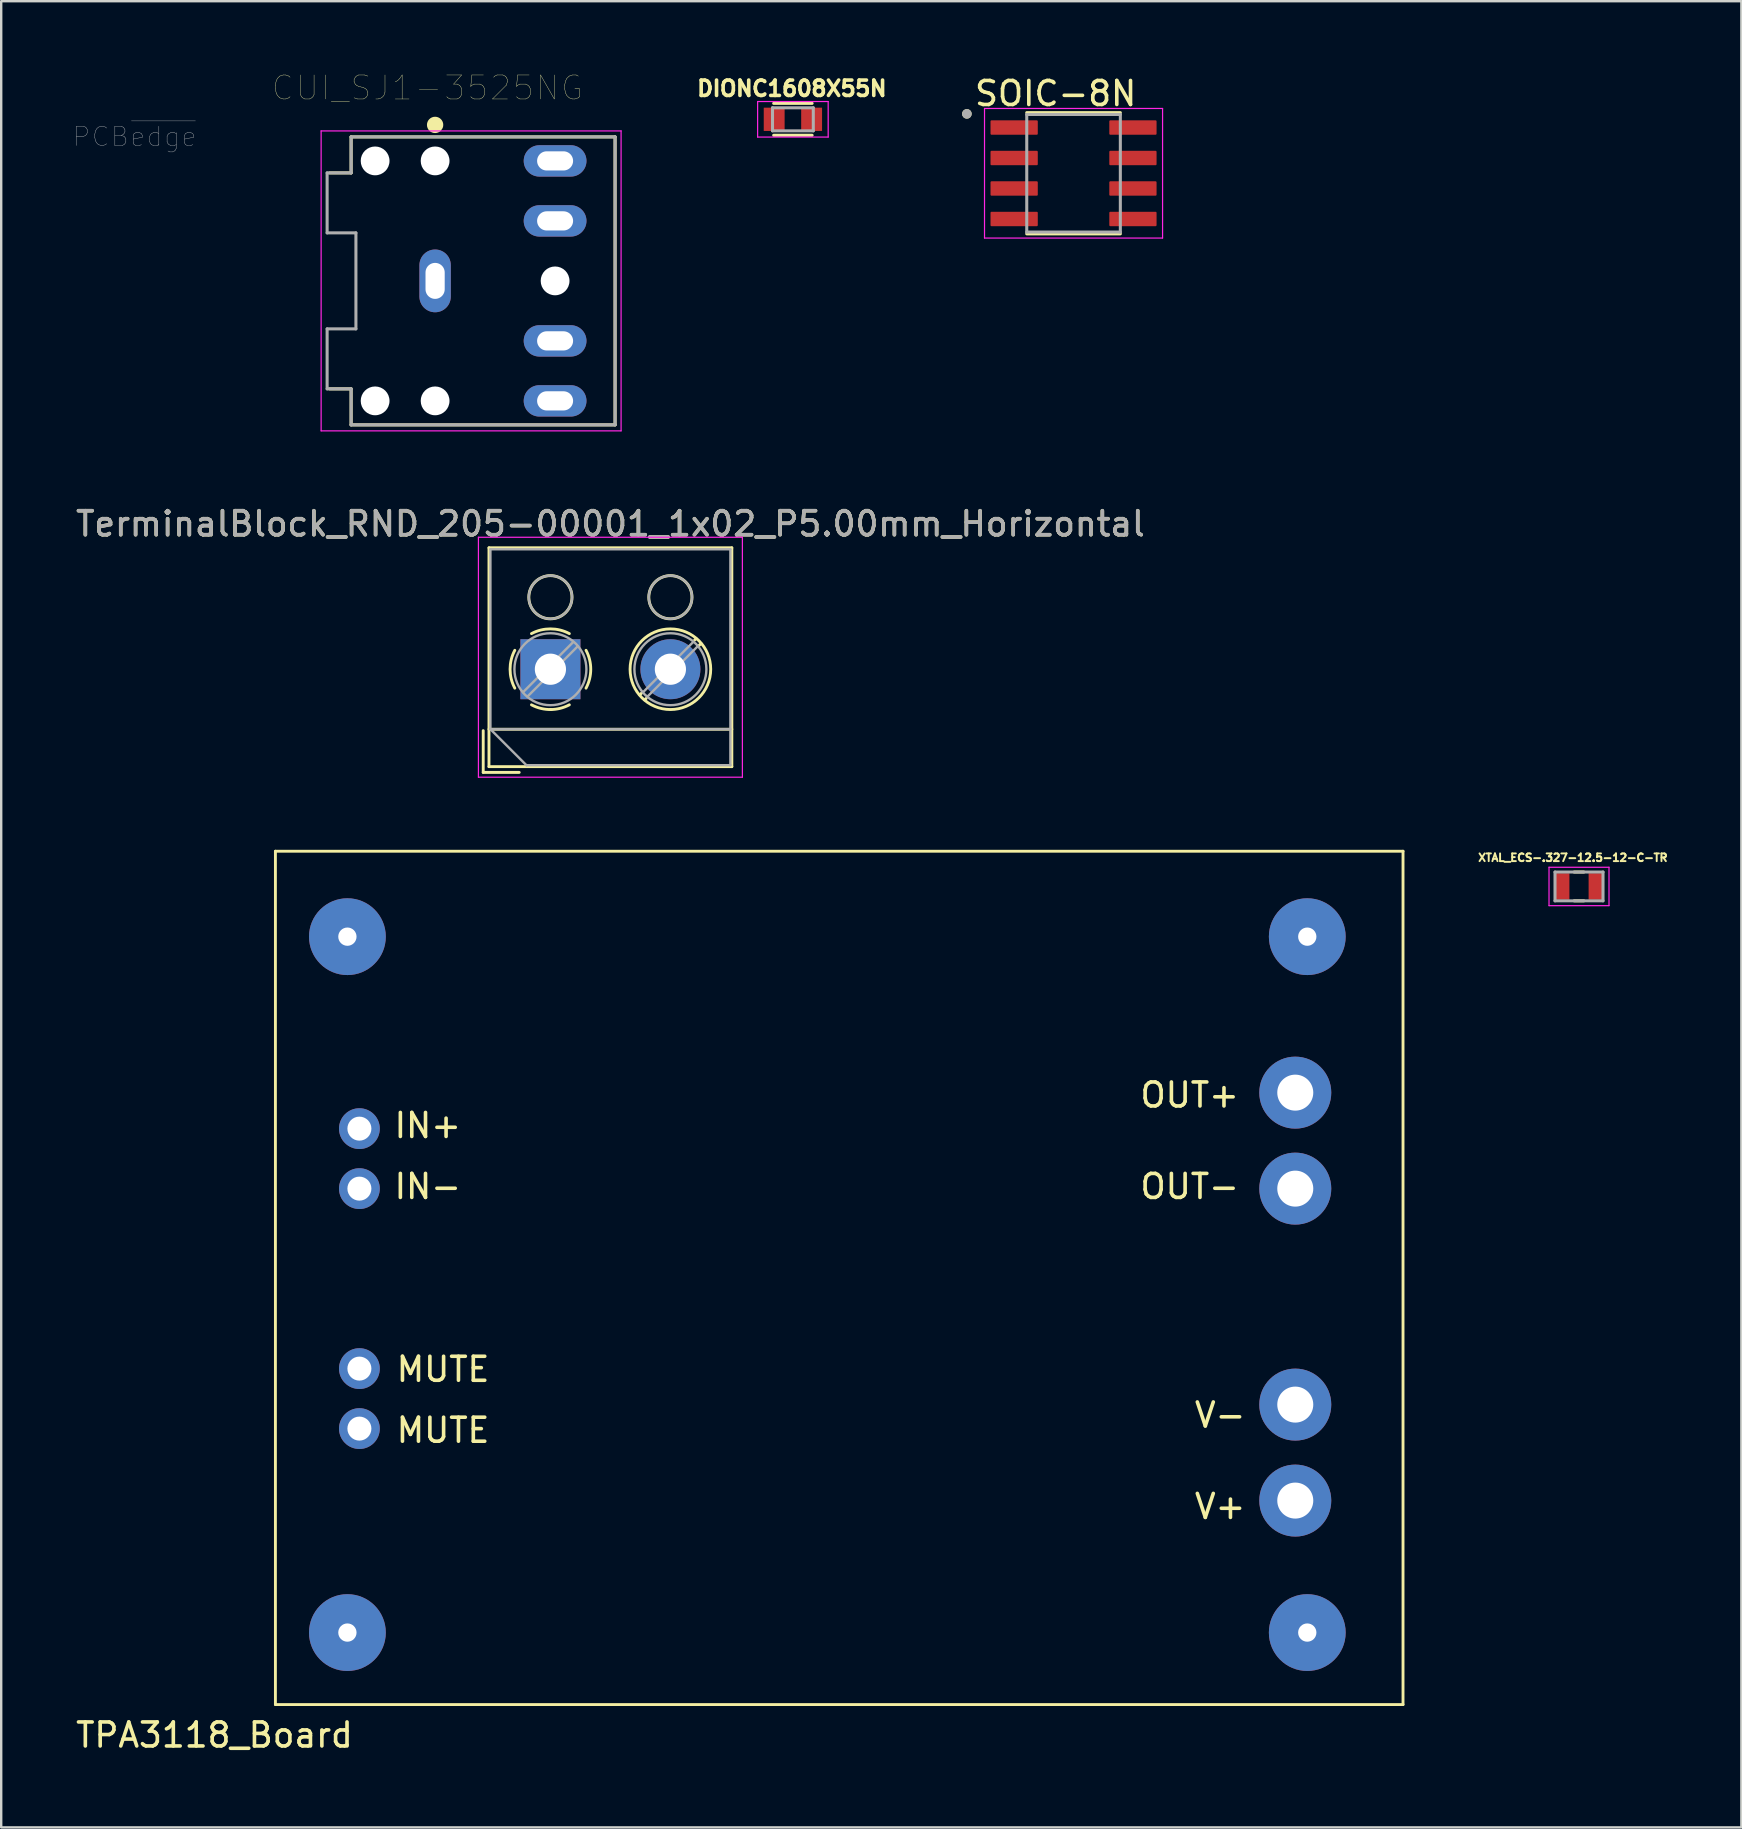
<source format=kicad_pcb>
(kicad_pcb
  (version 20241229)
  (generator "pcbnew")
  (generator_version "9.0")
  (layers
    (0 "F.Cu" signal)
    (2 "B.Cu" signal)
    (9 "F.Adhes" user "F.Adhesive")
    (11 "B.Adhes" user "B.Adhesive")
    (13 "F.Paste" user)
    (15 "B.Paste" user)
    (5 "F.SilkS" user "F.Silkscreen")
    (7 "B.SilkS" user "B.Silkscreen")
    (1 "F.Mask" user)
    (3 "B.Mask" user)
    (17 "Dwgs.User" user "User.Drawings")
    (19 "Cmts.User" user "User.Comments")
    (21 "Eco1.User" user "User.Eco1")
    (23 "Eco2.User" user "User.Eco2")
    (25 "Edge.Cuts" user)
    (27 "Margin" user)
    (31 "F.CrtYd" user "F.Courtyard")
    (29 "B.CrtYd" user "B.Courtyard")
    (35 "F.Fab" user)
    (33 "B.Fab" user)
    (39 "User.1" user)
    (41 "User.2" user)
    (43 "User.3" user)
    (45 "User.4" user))
  (footprint "DIONC1608X55N"
    (layer "F.Cu")
    (at 29.992 1.922)
    (property "Reference" "DIONC1608X55N" (at -0.043 -1.284 0) (layer "F.SilkS") (effects (font (size 0.64 0.64) (thickness 0.15))))
    (attr through_hole)
    (fp_line (start 0.8 -0.665) (end -0.8 -0.665) (stroke (width 0.127) (type solid)) (layer "F.SilkS"))
    (fp_line (start 0.8 0.665) (end -0.8 0.665) (stroke (width 0.127) (type solid)) (layer "F.SilkS"))
    (fp_line (start -1.47 -0.74) (end -1.47 0.74) (stroke (width 0.05) (type solid)) (layer "F.CrtYd"))
    (fp_line (start -1.47 0.74) (end 1.47 0.74) (stroke (width 0.05) (type solid)) (layer "F.CrtYd"))
    (fp_line (start 1.47 -0.74) (end -1.47 -0.74) (stroke (width 0.05) (type solid)) (layer "F.CrtYd"))
    (fp_line (start 1.47 0.74) (end 1.47 -0.74) (stroke (width 0.05) (type solid)) (layer "F.CrtYd"))
    (fp_line (start -0.85 -0.48) (end 0.85 -0.48) (stroke (width 0.127) (type solid)) (layer "F.Fab"))
    (fp_line (start -0.85 0.48) (end -0.85 -0.48) (stroke (width 0.127) (type solid)) (layer "F.Fab"))
    (fp_line (start 0.85 -0.48) (end 0.85 0.48) (stroke (width 0.127) (type solid)) (layer "F.Fab"))
    (fp_line (start 0.85 0.48) (end -0.85 0.48) (stroke (width 0.127) (type solid)) (layer "F.Fab"))
    (pad "1" smd rect (at -0.78 0) (size 0.87 0.97) (layers "F.Cu" "F.Mask" "F.Paste"))
    (pad "2" smd rect (at 0.78 0) (size 0.87 0.97) (layers "F.Cu" "F.Mask" "F.Paste")))
  (footprint "TerminalBlock_RND_205-00001_1x02_P5.00mm_Horizontal"
    (layer "F.Cu")
    (at 19.887 24.838)
    (property "Reference" "TerminalBlock_RND_205-00001_1x02_P5.00mm_Horizontal" (at 2.5 -6.06 0) (layer "F.SilkS") (effects (font (size 1 1) (thickness 0.15))))
    (attr through_hole)
    (fp_line (start -2.8 2.56) (end -2.8 4.3) (stroke (width 0.12) (type solid)) (layer "F.SilkS"))
    (fp_line (start -2.8 4.3) (end -1.3 4.3) (stroke (width 0.12) (type solid)) (layer "F.SilkS"))
    (fp_line (start -2.56 -5.06) (end -2.56 4.06) (stroke (width 0.12) (type solid)) (layer "F.SilkS"))
    (fp_line (start -2.56 -5.06) (end 7.56 -5.06) (stroke (width 0.12) (type solid)) (layer "F.SilkS"))
    (fp_line (start -2.56 2.5) (end 7.56 2.5) (stroke (width 0.12) (type solid)) (layer "F.SilkS"))
    (fp_line (start -2.56 4.06) (end 7.56 4.06) (stroke (width 0.12) (type solid)) (layer "F.SilkS"))
    (fp_line (start 3.82 0.976) (end 3.726 1.069) (stroke (width 0.12) (type solid)) (layer "F.SilkS"))
    (fp_line (start 3.99 1.216) (end 3.931 1.274) (stroke (width 0.12) (type solid)) (layer "F.SilkS"))
    (fp_line (start 6.07 -1.275) (end 6.011 -1.216) (stroke (width 0.12) (type solid)) (layer "F.SilkS"))
    (fp_line (start 6.275 -1.069) (end 6.181 -0.976) (stroke (width 0.12) (type solid)) (layer "F.SilkS"))
    (fp_line (start 7.56 -5.06) (end 7.56 4.06) (stroke (width 0.12) (type solid)) (layer "F.SilkS"))
    (fp_arc (start -1.483953 0.789089) (mid -1.680708 0.00005) (end -1.484 -0.789) (stroke (width 0.12) (type solid)) (layer "F.SilkS"))
    (fp_arc (start -0.789089 -1.483953) (mid -0.00005 -1.680708) (end 0.789 -1.484) (stroke (width 0.12) (type solid)) (layer "F.SilkS"))
    (fp_arc (start 0.029383 1.68045) (mid -0.392304 1.634281) (end -0.789 1.484) (stroke (width 0.12) (type solid)) (layer "F.SilkS"))
    (fp_arc (start 0.788712 1.483352) (mid 0.406429 1.630097) (end 0 1.68) (stroke (width 0.12) (type solid)) (layer "F.SilkS"))
    (fp_arc (start 1.483953 -0.789089) (mid 1.680708 -0.00005) (end 1.484 0.789) (stroke (width 0.12) (type solid)) (layer "F.SilkS"))
    (fp_circle (center 0 -3) (end 0.9 -3) (stroke (width 0.12) (type solid)) (fill no) (layer "F.SilkS"))
    (fp_circle (center 5 -3) (end 5.9 -3) (stroke (width 0.12) (type solid)) (fill no) (layer "F.SilkS"))
    (fp_circle (center 5 0) (end 6.68 0) (stroke (width 0.12) (type solid)) (fill no) (layer "F.SilkS"))
    (fp_line (start -3 -5.5) (end -3 4.5) (stroke (width 0.05) (type solid)) (layer "F.CrtYd"))
    (fp_line (start -3 4.5) (end 8 4.5) (stroke (width 0.05) (type solid)) (layer "F.CrtYd"))
    (fp_line (start 8 -5.5) (end -3 -5.5) (stroke (width 0.05) (type solid)) (layer "F.CrtYd"))
    (fp_line (start 8 4.5) (end 8 -5.5) (stroke (width 0.05) (type solid)) (layer "F.CrtYd"))
    (fp_line (start -2.5 -5) (end 7.5 -5) (stroke (width 0.1) (type solid)) (layer "F.Fab"))
    (fp_line (start -2.5 2.5) (end -2.5 -5) (stroke (width 0.1) (type solid)) (layer "F.Fab"))
    (fp_line (start -2.5 2.5) (end 7.5 2.5) (stroke (width 0.1) (type solid)) (layer "F.Fab"))
    (fp_line (start -1 4) (end -2.5 2.5) (stroke (width 0.1) (type solid)) (layer "F.Fab"))
    (fp_line (start 0.955 -1.138) (end -1.138 0.955) (stroke (width 0.1) (type solid)) (layer "F.Fab"))
    (fp_line (start 1.138 -0.955) (end -0.955 1.138) (stroke (width 0.1) (type solid)) (layer "F.Fab"))
    (fp_line (start 5.955 -1.138) (end 3.863 0.955) (stroke (width 0.1) (type solid)) (layer "F.Fab"))
    (fp_line (start 6.138 -0.955) (end 4.046 1.138) (stroke (width 0.1) (type solid)) (layer "F.Fab"))
    (fp_line (start 7.5 -5) (end 7.5 4) (stroke (width 0.1) (type solid)) (layer "F.Fab"))
    (fp_line (start 7.5 4) (end -1 4) (stroke (width 0.1) (type solid)) (layer "F.Fab"))
    (fp_circle (center 0 -3) (end 0.9 -3) (stroke (width 0.1) (type solid)) (fill no) (layer "F.Fab"))
    (fp_circle (center 0 0) (end 1.5 0) (stroke (width 0.1) (type solid)) (fill no) (layer "F.Fab"))
    (fp_circle (center 5 -3) (end 5.9 -3) (stroke (width 0.1) (type solid)) (fill no) (layer "F.Fab"))
    (fp_circle (center 5 0) (end 6.5 0) (stroke (width 0.1) (type solid)) (fill no) (layer "F.Fab"))
    (fp_text user "${REFERENCE}" (at 2.5 -6.06 0) (layer "F.Fab") (effects (font (size 1 1) (thickness 0.15))))
    (pad "1" thru_hole rect (at 0 0) (size 2.5 2.5) (drill 1.3) (layers "*.Cu" "*.Mask"))
    (pad "2" thru_hole circle (at 5 0) (size 2.5 2.5) (drill 1.3) (layers "*.Cu" "*.Mask")))
  (footprint "TPA3118_Board"
    (layer "F.Cu")
    (at 8.427 67.983)
    (property "Reference" "TPA3118_Board" (at -2.54 1.27 0) (layer "F.SilkS") (effects (font (size 1 1) (thickness 0.15))))
    (attr through_hole)
    (fp_line (start 0 -35.56) (end 46.99 -35.56) (stroke (width 0.12) (type solid)) (layer "F.SilkS"))
    (fp_line (start 0 0) (end 0 -35.56) (stroke (width 0.12) (type solid)) (layer "F.SilkS"))
    (fp_line (start 46.99 -35.56) (end 46.99 0) (stroke (width 0.12) (type solid)) (layer "F.SilkS"))
    (fp_line (start 46.99 0) (end 0 0) (stroke (width 0.12) (type solid)) (layer "F.SilkS"))
    (fp_text user "V-" (at 39.37 -12.065 0) (layer "F.SilkS") (effects (font (size 1 1) (thickness 0.15))))
    (fp_text user "MUTE" (at 6.985 -11.43 0) (layer "F.SilkS") (effects (font (size 1 1) (thickness 0.15))))
    (fp_text user "V+" (at 39.37 -8.255 0) (layer "F.SilkS") (effects (font (size 1 1) (thickness 0.15))))
    (fp_text user "MUTE" (at 6.985 -13.97 0) (layer "F.SilkS") (effects (font (size 1 1) (thickness 0.15))))
    (fp_text user "IN+" (at 6.35 -24.13 0) (layer "F.SilkS") (effects (font (size 1 1) (thickness 0.15))))
    (fp_text user "OUT+" (at 38.1 -25.4 0) (layer "F.SilkS") (effects (font (size 1 1) (thickness 0.15))))
    (fp_text user "IN-" (at 6.35 -21.59 0) (layer "F.SilkS") (effects (font (size 1 1) (thickness 0.15))))
    (fp_text user "OUT-" (at 38.1 -21.59 0) (layer "F.SilkS") (effects (font (size 1 1) (thickness 0.15))))
    (pad "" np_thru_hole circle (at 3 -32) (size 3.2 3.2) (drill 0.762) (layers "*.Cu" "*.Mask"))
    (pad "" np_thru_hole circle (at 3 -3) (size 3.2 3.2) (drill 0.762) (layers "*.Cu" "*.Mask"))
    (pad "" np_thru_hole circle (at 43 -32) (size 3.2 3.2) (drill 0.762) (layers "*.Cu" "*.Mask"))
    (pad "" np_thru_hole circle (at 43 -3) (size 3.2 3.2) (drill 0.762) (layers "*.Cu" "*.Mask"))
    (pad "1" thru_hole oval (at 3.5 -24) (size 1.7 1.7) (drill 1) (layers "*.Cu" "*.Mask"))
    (pad "2" thru_hole oval (at 3.5 -21.5) (size 1.7 1.7) (drill 1) (layers "*.Cu" "*.Mask"))
    (pad "3" thru_hole oval (at 3.5 -14) (size 1.7 1.7) (drill 1) (layers "*.Cu" "*.Mask"))
    (pad "4" thru_hole oval (at 3.5 -11.5) (size 1.7 1.7) (drill 1) (layers "*.Cu" "*.Mask"))
    (pad "5" thru_hole circle (at 42.5 -8.5) (size 3 3) (drill 1.5) (layers "*.Cu" "*.Mask"))
    (pad "6" thru_hole circle (at 42.5 -12.5) (size 3 3) (drill 1.5) (layers "*.Cu" "*.Mask"))
    (pad "7" thru_hole circle (at 42.5 -25.5) (size 3 3) (drill 1.5) (layers "*.Cu" "*.Mask"))
    (pad "8" thru_hole circle (at 42.5 -21.5) (size 3 3) (drill 1.5) (layers "*.Cu" "*.Mask")))
  (footprint "CUI_SJ1-3525NG"
    (layer "F.Cu")
    (at 15.082 8.655)
    (property "Reference" "CUI_SJ1-3525NG" (at -0.325 -8.043 0) (layer "F.SilkS") (effects (font (size 1.001 1.001) (thickness 0.015))))
    (attr through_hole)
    (fp_line (start -4.4 4.5) (end -3.5 4.5) (stroke (width 0.127) (type solid)) (layer "F.SilkS"))
    (fp_line (start -3.5 -6) (end -3.5 -4.5) (stroke (width 0.127) (type solid)) (layer "F.SilkS"))
    (fp_line (start -3.5 -4.5) (end -4.4 -4.5) (stroke (width 0.127) (type solid)) (layer "F.SilkS"))
    (fp_line (start -3.5 4.5) (end -3.5 6) (stroke (width 0.127) (type solid)) (layer "F.SilkS"))
    (fp_line (start 7.5 -6) (end -3.5 -6) (stroke (width 0.127) (type solid)) (layer "F.SilkS"))
    (fp_line (start 7.5 -6) (end 7.5 6) (stroke (width 0.127) (type solid)) (layer "F.SilkS"))
    (fp_line (start 7.5 6) (end -3.5 6) (stroke (width 0.127) (type solid)) (layer "F.SilkS"))
    (fp_circle (center 0 -6.5) (end 0.17 -6.5) (stroke (width 0.34) (type solid)) (fill no) (layer "F.SilkS"))
    (fp_line (start -4.5 -6) (end -4.5 -2) (stroke (width 0.0001) (type solid)) (layer "Edge.Cuts"))
    (fp_line (start -4.5 -2) (end -3.3 -2) (stroke (width 0.0001) (type solid)) (layer "Edge.Cuts"))
    (fp_line (start -4.5 2) (end -4.5 6) (stroke (width 0.0001) (type solid)) (layer "Edge.Cuts"))
    (fp_line (start -3.3 -2) (end -3.3 2) (stroke (width 0.0001) (type solid)) (layer "Edge.Cuts"))
    (fp_line (start -3.3 2) (end -4.5 2) (stroke (width 0.0001) (type solid)) (layer "Edge.Cuts"))
    (fp_line (start -4.75 -6.25) (end 7.75 -6.25) (stroke (width 0.05) (type solid)) (layer "F.CrtYd"))
    (fp_line (start -4.75 6.25) (end -4.75 -6.25) (stroke (width 0.05) (type solid)) (layer "F.CrtYd"))
    (fp_line (start 7.75 -6.25) (end 7.75 6.25) (stroke (width 0.05) (type solid)) (layer "F.CrtYd"))
    (fp_line (start 7.75 6.25) (end -4.75 6.25) (stroke (width 0.05) (type solid)) (layer "F.CrtYd"))
    (fp_line (start -4.5 -4.5) (end -4.5 -2) (stroke (width 0.127) (type solid)) (layer "F.Fab"))
    (fp_line (start -4.5 -2) (end -3.3 -2) (stroke (width 0.127) (type solid)) (layer "F.Fab"))
    (fp_line (start -4.5 2) (end -4.5 4.5) (stroke (width 0.127) (type solid)) (layer "F.Fab"))
    (fp_line (start -4.5 4.5) (end -3.5 4.5) (stroke (width 0.127) (type solid)) (layer "F.Fab"))
    (fp_line (start -3.5 -6) (end -3.5 -4.5) (stroke (width 0.127) (type solid)) (layer "F.Fab"))
    (fp_line (start -3.5 -4.5) (end -4.5 -4.5) (stroke (width 0.127) (type solid)) (layer "F.Fab"))
    (fp_line (start -3.5 4.5) (end -3.5 6) (stroke (width 0.127) (type solid)) (layer "F.Fab"))
    (fp_line (start -3.3 -2) (end -3.3 2) (stroke (width 0.127) (type solid)) (layer "F.Fab"))
    (fp_line (start -3.3 2) (end -4.5 2) (stroke (width 0.127) (type solid)) (layer "F.Fab"))
    (fp_line (start 7.5 -6) (end -3.5 -6) (stroke (width 0.127) (type solid)) (layer "F.Fab"))
    (fp_line (start 7.5 -6) (end 7.5 6) (stroke (width 0.127) (type solid)) (layer "F.Fab"))
    (fp_line (start 7.5 6) (end -3.5 6) (stroke (width 0.127) (type solid)) (layer "F.Fab"))
    (fp_text user "PCB~{edge}" (at -12.525 -6.012 0) (layer "Dwgs.User") (effects (font (size 0.802 0.802) (thickness 0.015))))
    (pad "" np_thru_hole circle (at -2.5 -5) (size 1.2 1.2) (drill 1.2) (layers "*.Cu" "*.Mask"))
    (pad "" np_thru_hole circle (at -2.5 5) (size 1.2 1.2) (drill 1.2) (layers "*.Cu" "*.Mask"))
    (pad "" np_thru_hole circle (at 0 -5) (size 1.2 1.2) (drill 1.2) (layers "*.Cu" "*.Mask"))
    (pad "" np_thru_hole circle (at 0 5) (size 1.2 1.2) (drill 1.2) (layers "*.Cu" "*.Mask"))
    (pad "" np_thru_hole circle (at 5 0) (size 1.2 1.2) (drill 1.2) (layers "*.Cu" "*.Mask"))
    (pad "1" thru_hole oval (at 0 0) (size 1.308 2.616) (drill oval 0.8 1.5) (layers "*.Cu" "*.Mask"))
    (pad "2" thru_hole oval (at 5 5) (size 2.616 1.308) (drill oval 1.5 0.8) (layers "*.Cu" "*.Mask"))
    (pad "3" thru_hole oval (at 5 -5) (size 2.616 1.308) (drill oval 1.5 0.8) (layers "*.Cu" "*.Mask"))
    (pad "4" thru_hole oval (at 5 2.5) (size 2.616 1.308) (drill oval 1.5 0.8) (layers "*.Cu" "*.Mask"))
    (pad "5" thru_hole oval (at 5 -2.5) (size 2.616 1.308) (drill oval 1.5 0.8) (layers "*.Cu" "*.Mask")))
  (footprint "XTAL_ECS-.327-12.5-12-C-TR"
    (layer "F.Cu")
    (at 62.751 33.89)
    (property "Reference" "XTAL_ECS-.327-12.5-12-C-TR" (at -0.255 -1.199 0) (layer "F.SilkS") (effects (font (size 0.321 0.321) (thickness 0.15))))
    (attr through_hole)
    (fp_line (start -0.2 -0.6) (end 0.2 -0.6) (stroke (width 0.127) (type solid)) (layer "F.SilkS"))
    (fp_line (start -0.2 0.6) (end 0.2 0.6) (stroke (width 0.127) (type solid)) (layer "F.SilkS"))
    (fp_line (start -1.25 -0.8) (end -1.25 0.8) (stroke (width 0.05) (type solid)) (layer "F.CrtYd"))
    (fp_line (start -1.25 0.8) (end 1.25 0.8) (stroke (width 0.05) (type solid)) (layer "F.CrtYd"))
    (fp_line (start 1.25 -0.8) (end -1.25 -0.8) (stroke (width 0.05) (type solid)) (layer "F.CrtYd"))
    (fp_line (start 1.25 0.8) (end 1.25 -0.8) (stroke (width 0.05) (type solid)) (layer "F.CrtYd"))
    (fp_line (start -1 -0.6) (end -1 0.6) (stroke (width 0.127) (type solid)) (layer "F.Fab"))
    (fp_line (start -1 0.6) (end 1 0.6) (stroke (width 0.127) (type solid)) (layer "F.Fab"))
    (fp_line (start 1 -0.6) (end -1 -0.6) (stroke (width 0.127) (type solid)) (layer "F.Fab"))
    (fp_line (start 1 0.6) (end 1 -0.6) (stroke (width 0.127) (type solid)) (layer "F.Fab"))
    (pad "1" smd rect (at -0.7 0) (size 0.6 1.1) (layers "F.Cu" "F.Mask" "F.Paste"))
    (pad "2" smd rect (at 0.7 0) (size 0.6 1.1) (layers "F.Cu" "F.Mask" "F.Paste")))
  (footprint "SOIC-8N"
    (layer "F.Cu")
    (at 41.687 4.17)
    (property "Reference" "SOIC-8N" (at -0.745 -3.322 0) (layer "F.SilkS") (effects (font (size 1 1) (thickness 0.15))))
    (attr through_hole)
    (fp_line (start -1.95 -2.525) (end 1.95 -2.525) (stroke (width 0.127) (type solid)) (layer "F.SilkS"))
    (fp_line (start -1.95 2.525) (end 1.95 2.525) (stroke (width 0.127) (type solid)) (layer "F.SilkS"))
    (fp_circle (center -4.445 -2.475) (end -4.345 -2.475) (stroke (width 0.2) (type solid)) (fill no) (layer "F.SilkS"))
    (fp_line (start -3.71 -2.7) (end -3.71 2.7) (stroke (width 0.05) (type solid)) (layer "F.CrtYd"))
    (fp_line (start -3.71 -2.7) (end 3.71 -2.7) (stroke (width 0.05) (type solid)) (layer "F.CrtYd"))
    (fp_line (start -3.71 2.7) (end 3.71 2.7) (stroke (width 0.05) (type solid)) (layer "F.CrtYd"))
    (fp_line (start 3.71 -2.7) (end 3.71 2.7) (stroke (width 0.05) (type solid)) (layer "F.CrtYd"))
    (fp_line (start -1.95 -2.45) (end -1.95 2.45) (stroke (width 0.127) (type solid)) (layer "F.Fab"))
    (fp_line (start -1.95 -2.45) (end 1.95 -2.45) (stroke (width 0.127) (type solid)) (layer "F.Fab"))
    (fp_line (start -1.95 2.45) (end 1.95 2.45) (stroke (width 0.127) (type solid)) (layer "F.Fab"))
    (fp_line (start 1.95 -2.45) (end 1.95 2.45) (stroke (width 0.127) (type solid)) (layer "F.Fab"))
    (fp_circle (center -4.445 -2.475) (end -4.345 -2.475) (stroke (width 0.2) (type solid)) (fill no) (layer "F.Fab"))
    (pad "1" smd roundrect (at -2.475 -1.905) (size 1.97 0.6) (layers "F.Cu" "F.Mask" "F.Paste") (roundrect_rratio 0.07))
    (pad "2" smd roundrect (at -2.475 -0.635) (size 1.97 0.6) (layers "F.Cu" "F.Mask" "F.Paste") (roundrect_rratio 0.07))
    (pad "3" smd roundrect (at -2.475 0.635) (size 1.97 0.6) (layers "F.Cu" "F.Mask" "F.Paste") (roundrect_rratio 0.07))
    (pad "4" smd roundrect (at -2.475 1.905) (size 1.97 0.6) (layers "F.Cu" "F.Mask" "F.Paste") (roundrect_rratio 0.07))
    (pad "5" smd roundrect (at 2.475 1.905) (size 1.97 0.6) (layers "F.Cu" "F.Mask" "F.Paste") (roundrect_rratio 0.07))
    (pad "6" smd roundrect (at 2.475 0.635) (size 1.97 0.6) (layers "F.Cu" "F.Mask" "F.Paste") (roundrect_rratio 0.07))
    (pad "7" smd roundrect (at 2.475 -0.635) (size 1.97 0.6) (layers "F.Cu" "F.Mask" "F.Paste") (roundrect_rratio 0.07))
    (pad "8" smd roundrect (at 2.475 -1.905) (size 1.97 0.6) (layers "F.Cu" "F.Mask" "F.Paste") (roundrect_rratio 0.07)))
  (gr_rect
    (start -3 -3)
    (end 69.517 73.101)
    (stroke (width 0.1) (type default))
    (fill no)
    (layer "Edge.Cuts")))
</source>
